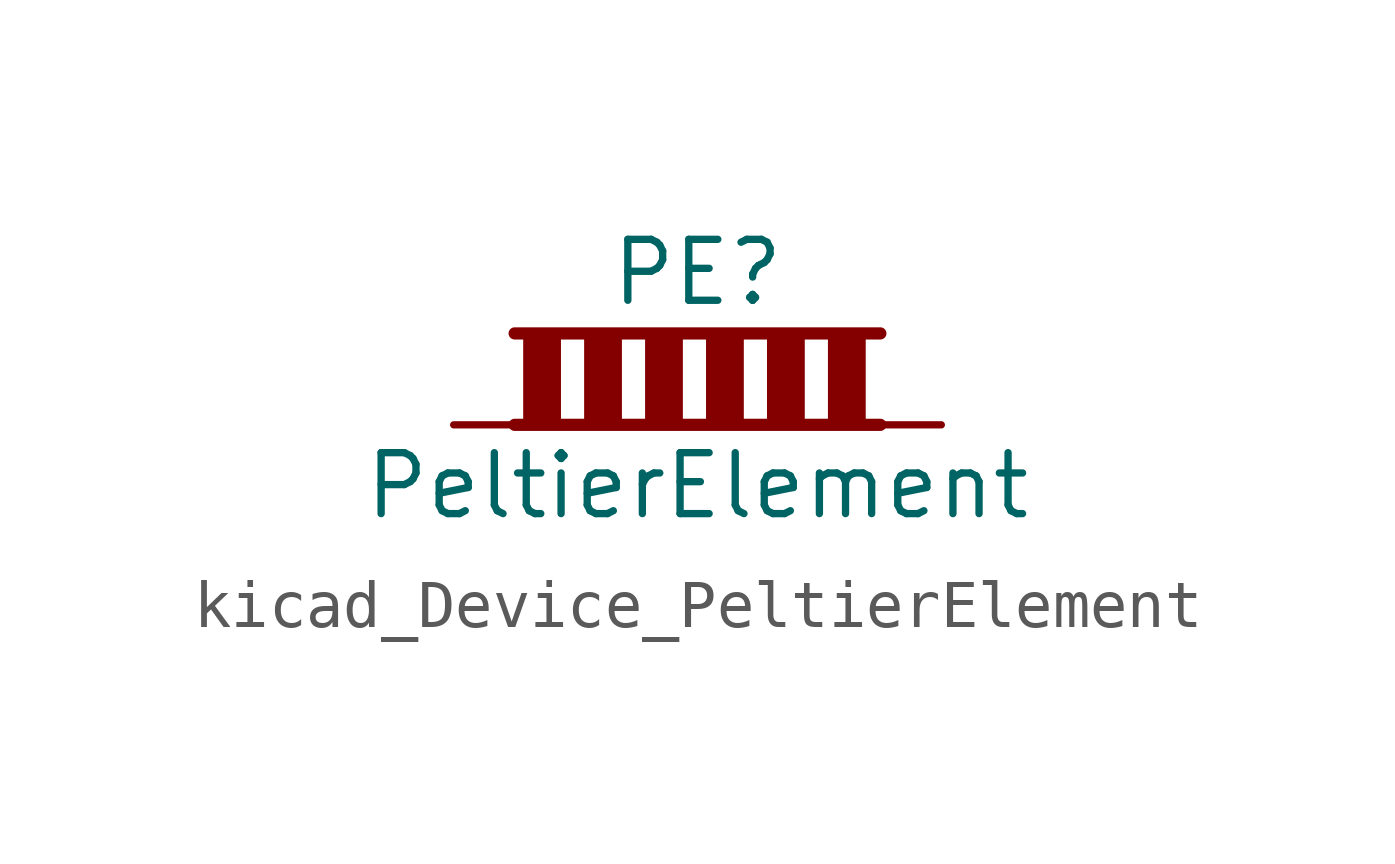
<source format=kicad_sym>
(kicad_symbol_lib
  (version 20220914)
  (generator kicad_symbol_editor)
  (symbol "kicad_Device_PeltierElement"
    (pin_numbers hide)
    (pin_names
      (offset 0))
    (property "Reference" "PE"
      (at 0 3.175 0)
      (effects (font (size 1.27 1.27))))
    (property "Value" "PeltierElement"
      (at 0 -1.27 0)
      (effects (font (size 1.27 1.27))))
    (symbol "kicad_Device_PeltierElement_0_1"
      (rectangle (start -3.556 1.905) (end -2.921 0) (stroke (width 0) (type default)) (fill (type outline)))
      (rectangle (start -2.286 1.905) (end -1.651 0) (stroke (width 0) (type default)) (fill (type outline)))
      (rectangle (start -0.381 1.905) (end -1.016 0) (stroke (width 0) (type default)) (fill (type outline)))
      (polyline (pts (xy -3.81 0) (xy 3.81 0)) (stroke (width 0.254) (type default)) (fill (type outline)))
      (polyline (pts (xy -3.81 1.905) (xy 3.81 1.905)) (stroke (width 0.254) (type default)) (fill (type none)))
      (rectangle (start 0.889 1.905) (end 0.254 0) (stroke (width 0) (type default)) (fill (type outline)))
      (rectangle (start 1.524 0) (end 2.159 1.905) (stroke (width 0) (type default)) (fill (type outline)))
      (rectangle (start 2.794 0) (end 3.429 1.905) (stroke (width 0) (type default)) (fill (type outline))))
    (symbol "kicad_Device_PeltierElement_1_1"
      (pin passive line (at -5.08 0 0) (length 1.27) (name "~" (effects (font (size 1.27 1.27)))) (number "1" (effects (font (size 1.27 1.27)))))
      (pin passive line (at 5.08 0 180) (length 1.27) (name "~" (effects (font (size 1.27 1.27)))) (number "2" (effects (font (size 1.27 1.27))))))))
</source>
